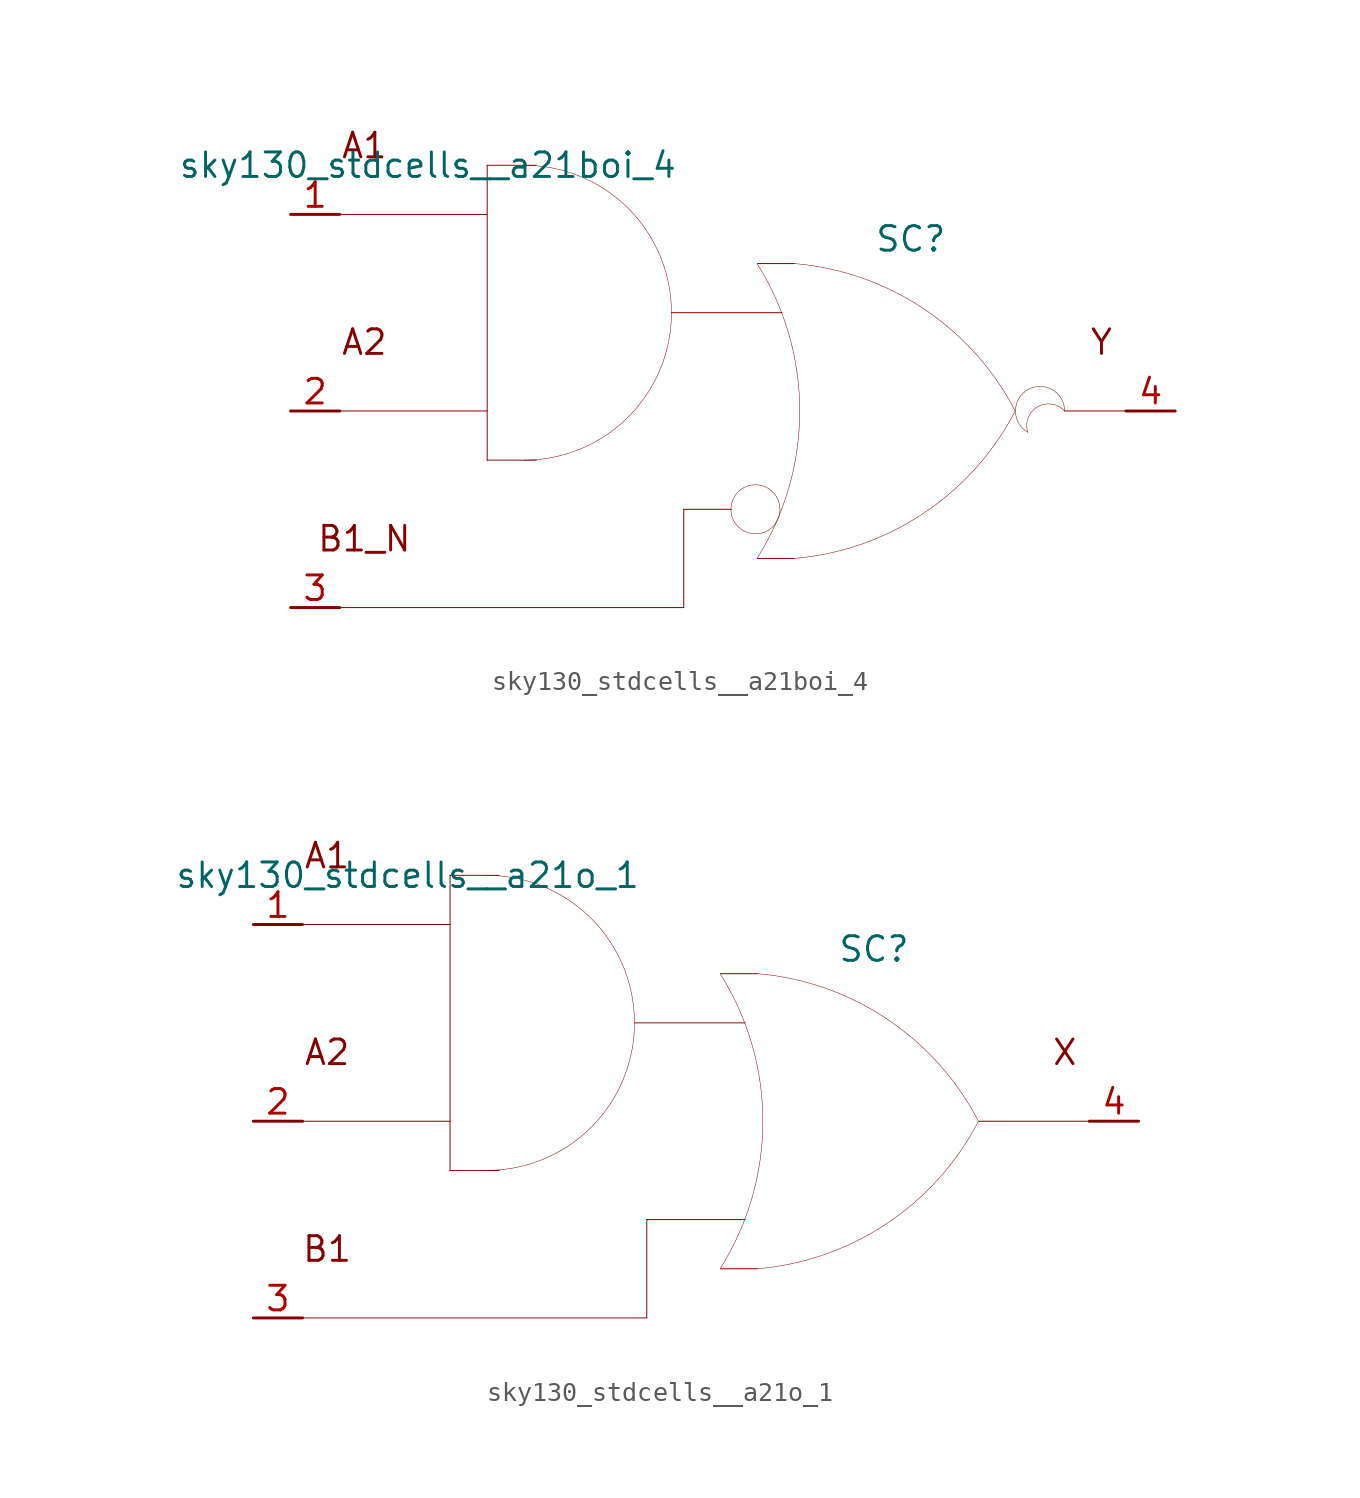
<source format=kicad_sym>
(kicad_symbol_lib
  (version 20211014)
  (generator kicad_symbol_editor)
  (symbol "sky130_stdcells__a21boi_4"
    (pin_names hide)
    (property "Reference" "SC"
      (at 9.195 8.89 0)
      (effects (font (size 1.27 1.27))))
    (property "Value" "sky130_stdcells__a21boi_4"
      (at -2.845 12.7 0)
      (effects (font (size 1.27 1.27)) (justify right)))
    (symbol "sky130_stdcells__a21boi_4_0_0"
      (arc (start -10.795 -2.54) (mid -8.8228 -2.2804) (end -6.985 -1.5191) (stroke (width 0.0254) (type default) (color 0 0 0 0)) (fill (type none)))
      (arc (start -6.985 -1.5191) (mid -5.4069 -0.3081) (end -4.1959 1.27) (stroke (width 0.0254) (type default) (color 0 0 0 0)) (fill (type none)))
      (arc (start -6.985 11.6791) (mid -8.8228 12.4403) (end -10.795 12.7) (stroke (width 0.0254) (type default) (color 0 0 0 0)) (fill (type none)))
      (arc (start -4.1959 1.27) (mid -3.4347 3.1078) (end -3.175 5.08) (stroke (width 0.0254) (type default) (color 0 0 0 0)) (fill (type none)))
      (arc (start -4.1959 8.89) (mid -5.4069 10.4681) (end -6.985 11.6791) (stroke (width 0.0254) (type default) (color 0 0 0 0)) (fill (type none)))
      (arc (start -3.175 5.08) (mid -3.4346 7.0522) (end -4.1959 8.89) (stroke (width 0.0254) (type default) (color 0 0 0 0)) (fill (type none)))
      (polyline (pts (xy -20.32 -10.16) (xy -2.54 -10.16)) (stroke (width 0.051) (type default) (color 0 0 0 0)) (fill (type none)))
      (polyline (pts (xy -20.32 0) (xy -12.7 0)) (stroke (width 0.051) (type default) (color 0 0 0 0)) (fill (type none)))
      (polyline (pts (xy -20.32 10.16) (xy -12.7 10.16)) (stroke (width 0.051) (type default) (color 0 0 0 0)) (fill (type none)))
      (polyline (pts (xy -12.7 -2.54) (xy -10.16 -2.54)) (stroke (width 0.051) (type default) (color 0 0 0 0)) (fill (type none)))
      (polyline (pts (xy -12.7 12.7) (xy -12.7 -2.54)) (stroke (width 0.051) (type default) (color 0 0 0 0)) (fill (type none)))
      (polyline (pts (xy -12.7 12.7) (xy -10.16 12.7)) (stroke (width 0.051) (type default) (color 0 0 0 0)) (fill (type none)))
      (polyline (pts (xy -3.175 5.08) (xy 2.54 5.08)) (stroke (width 0.051) (type default) (color 0 0 0 0)) (fill (type none)))
      (polyline (pts (xy -2.54 -5.08) (xy -2.54 -10.16)) (stroke (width 0.051) (type default) (color 0 0 0 0)) (fill (type none)))
      (polyline (pts (xy -2.54 -5.08) (xy -0.076 -5.08)) (stroke (width 0.051) (type default) (color 0 0 0 0)) (fill (type none)))
      (polyline (pts (xy 1.27 -7.62) (xy 3.175 -7.62)) (stroke (width 0.051) (type default) (color 0 0 0 0)) (fill (type none)))
      (polyline (pts (xy 1.27 7.62) (xy 3.175 7.62)) (stroke (width 0.051) (type default) (color 0 0 0 0)) (fill (type none)))
      (polyline (pts (xy 17.145 0) (xy 20.32 0)) (stroke (width 0.051) (type default) (color 0 0 0 0)) (fill (type none)))
      (arc (start 0.5334 -6.1799) (mid 1.8034 -6.1799) (end 2.4384 -5.08) (stroke (width 0.0254) (type default) (color 0 0 0 0)) (fill (type none)))
      (arc (start 0.5334 -3.9801) (mid -0.1016 -5.08) (end 0.5334 -6.1799) (stroke (width 0.0254) (type default) (color 0 0 0 0)) (fill (type none)))
      (arc (start 1.2495 -7.6142) (mid 1.907 -6.458) (end 2.4538 -5.2456) (stroke (width 0.0254) (type default) (color 0 0 0 0)) (fill (type none)))
      (arc (start 2.4384 -5.08) (mid 1.8034 -3.9802) (end 0.5334 -3.9801) (stroke (width 0.0254) (type default) (color 0 0 0 0)) (fill (type none)))
      (arc (start 2.4538 -5.2456) (mid 2.8887 -3.9755) (end 3.202 -2.6701) (stroke (width 0.0254) (type default) (color 0 0 0 0)) (fill (type none)))
      (arc (start 2.472 5.1993) (mid 1.9238 6.4248) (end 1.2627 7.5932) (stroke (width 0.0254) (type default) (color 0 0 0 0)) (fill (type none)))
      (arc (start 3.1446 -7.6231) (mid 9.8386 -5.2986) (end 14.5755 -0.0284) (stroke (width 0.0254) (type default) (color 0 0 0 0)) (fill (type none)))
      (arc (start 3.202 -2.6701) (mid 3.3912 -1.341) (end 3.4544 0) (stroke (width 0.0254) (type default) (color 0 0 0 0)) (fill (type none)))
      (arc (start 3.2066 2.6456) (mid 2.8989 3.9396) (end 2.472 5.1993) (stroke (width 0.0254) (type default) (color 0 0 0 0)) (fill (type none)))
      (arc (start 3.4544 0) (mid 3.3923 1.3286) (end 3.2066 2.6456) (stroke (width 0.0254) (type default) (color 0 0 0 0)) (fill (type none)))
      (arc (start 14.5983 -0.0156) (mid 9.8798 5.271) (end 3.194 7.6189) (stroke (width 0.0254) (type default) (color 0 0 0 0)) (fill (type none)))
      (arc (start 15.24 1.0999) (mid 14.605 0) (end 15.24 -1.0999) (stroke (width 0.0254) (type default) (color 0 0 0 0)) (fill (type none)))
      (arc (start 17.145 0) (mid 15.2881 0.4743) (end 15.24 -1.0999) (stroke (width 0.0254) (type default) (color 0 0 0 0)) (fill (type none)))
      (arc (start 17.145 0) (mid 16.51 1.0998) (end 15.24 1.0999) (stroke (width 0.0254) (type default) (color 0 0 0 0)) (fill (type none)))
      (text "A1" (at -19.05 13.716 0) (effects (font (size 1.27 1.27))))
      (text "A2" (at -19.05 3.556 0) (effects (font (size 1.27 1.27))))
      (text "B1_N" (at -19.05 -6.604 0) (effects (font (size 1.27 1.27))))
      (text "Y" (at 19.05 3.556 0) (effects (font (size 1.27 1.27)))))
    (symbol "sky130_stdcells__a21boi_4_1_1"
      (pin input line (at -22.86 10.16 0) (length 2.54) (name "A1" (effects (font (size 1.092 1.092)))) (number "1" (effects (font (size 1.27 1.27)))))
      (pin input line (at -22.86 0 0) (length 2.54) (name "A2" (effects (font (size 1.092 1.092)))) (number "2" (effects (font (size 1.27 1.27)))))
      (pin input line (at -22.86 -10.16 0) (length 2.54) (name "B1_N" (effects (font (size 1.092 1.092)))) (number "3" (effects (font (size 1.27 1.27)))))
      (pin output line (at 22.86 0 180) (length 2.54) (name "Y" (effects (font (size 1.092 1.092)))) (number "4" (effects (font (size 1.27 1.27)))))))
  (symbol "sky130_stdcells__a21o_1"
    (pin_names hide)
    (property "Reference" "SC"
      (at 9.195 8.89 0)
      (effects (font (size 1.27 1.27))))
    (property "Value" "sky130_stdcells__a21o_1"
      (at -2.845 12.7 0)
      (effects (font (size 1.27 1.27)) (justify right)))
    (symbol "sky130_stdcells__a21o_1_0_0"
      (arc (start -10.795 -2.54) (mid -8.8228 -2.2804) (end -6.985 -1.5191) (stroke (width 0.0254) (type default) (color 0 0 0 0)) (fill (type none)))
      (arc (start -6.985 -1.5191) (mid -5.4069 -0.3081) (end -4.1959 1.27) (stroke (width 0.0254) (type default) (color 0 0 0 0)) (fill (type none)))
      (arc (start -6.985 11.6791) (mid -8.8228 12.4403) (end -10.795 12.7) (stroke (width 0.0254) (type default) (color 0 0 0 0)) (fill (type none)))
      (arc (start -4.1959 1.27) (mid -3.4347 3.1078) (end -3.175 5.08) (stroke (width 0.0254) (type default) (color 0 0 0 0)) (fill (type none)))
      (arc (start -4.1959 8.89) (mid -5.4069 10.4681) (end -6.985 11.6791) (stroke (width 0.0254) (type default) (color 0 0 0 0)) (fill (type none)))
      (arc (start -3.175 5.08) (mid -3.4346 7.0522) (end -4.1959 8.89) (stroke (width 0.0254) (type default) (color 0 0 0 0)) (fill (type none)))
      (polyline (pts (xy -20.32 -10.16) (xy -2.54 -10.16)) (stroke (width 0.051) (type default) (color 0 0 0 0)) (fill (type none)))
      (polyline (pts (xy -20.32 0) (xy -12.7 0)) (stroke (width 0.051) (type default) (color 0 0 0 0)) (fill (type none)))
      (polyline (pts (xy -20.32 10.16) (xy -12.7 10.16)) (stroke (width 0.051) (type default) (color 0 0 0 0)) (fill (type none)))
      (polyline (pts (xy -12.7 -2.54) (xy -10.16 -2.54)) (stroke (width 0.051) (type default) (color 0 0 0 0)) (fill (type none)))
      (polyline (pts (xy -12.7 12.7) (xy -12.7 -2.54)) (stroke (width 0.051) (type default) (color 0 0 0 0)) (fill (type none)))
      (polyline (pts (xy -12.7 12.7) (xy -10.16 12.7)) (stroke (width 0.051) (type default) (color 0 0 0 0)) (fill (type none)))
      (polyline (pts (xy -3.175 5.08) (xy 2.54 5.08)) (stroke (width 0.051) (type default) (color 0 0 0 0)) (fill (type none)))
      (polyline (pts (xy -2.54 -5.08) (xy -2.54 -10.16)) (stroke (width 0.051) (type default) (color 0 0 0 0)) (fill (type none)))
      (polyline (pts (xy -2.54 -5.08) (xy 2.54 -5.08)) (stroke (width 0.051) (type default) (color 0 0 0 0)) (fill (type none)))
      (polyline (pts (xy 1.27 -7.62) (xy 3.175 -7.62)) (stroke (width 0.051) (type default) (color 0 0 0 0)) (fill (type none)))
      (polyline (pts (xy 1.27 7.62) (xy 3.175 7.62)) (stroke (width 0.051) (type default) (color 0 0 0 0)) (fill (type none)))
      (polyline (pts (xy 14.605 0) (xy 20.32 0)) (stroke (width 0.051) (type default) (color 0 0 0 0)) (fill (type none)))
      (arc (start 1.2495 -7.6142) (mid 1.907 -6.458) (end 2.4538 -5.2456) (stroke (width 0.0254) (type default) (color 0 0 0 0)) (fill (type none)))
      (arc (start 2.4538 -5.2456) (mid 2.8887 -3.9755) (end 3.202 -2.6701) (stroke (width 0.0254) (type default) (color 0 0 0 0)) (fill (type none)))
      (arc (start 2.472 5.1993) (mid 1.9238 6.4248) (end 1.2627 7.5932) (stroke (width 0.0254) (type default) (color 0 0 0 0)) (fill (type none)))
      (arc (start 3.1446 -7.6231) (mid 9.8386 -5.2986) (end 14.5755 -0.0284) (stroke (width 0.0254) (type default) (color 0 0 0 0)) (fill (type none)))
      (arc (start 3.202 -2.6701) (mid 3.3912 -1.341) (end 3.4544 0) (stroke (width 0.0254) (type default) (color 0 0 0 0)) (fill (type none)))
      (arc (start 3.2066 2.6456) (mid 2.8989 3.9396) (end 2.472 5.1993) (stroke (width 0.0254) (type default) (color 0 0 0 0)) (fill (type none)))
      (arc (start 3.4544 0) (mid 3.3923 1.3286) (end 3.2066 2.6456) (stroke (width 0.0254) (type default) (color 0 0 0 0)) (fill (type none)))
      (arc (start 14.5983 -0.0156) (mid 9.8798 5.271) (end 3.194 7.6189) (stroke (width 0.0254) (type default) (color 0 0 0 0)) (fill (type none)))
      (text "A1" (at -19.05 13.716 0) (effects (font (size 1.27 1.27))))
      (text "A2" (at -19.05 3.556 0) (effects (font (size 1.27 1.27))))
      (text "B1" (at -19.05 -6.604 0) (effects (font (size 1.27 1.27))))
      (text "X" (at 19.05 3.556 0) (effects (font (size 1.27 1.27)))))
    (symbol "sky130_stdcells__a21o_1_1_1"
      (pin input line (at -22.86 10.16 0) (length 2.54) (name "A1" (effects (font (size 1.092 1.092)))) (number "1" (effects (font (size 1.27 1.27)))))
      (pin input line (at -22.86 0 0) (length 2.54) (name "A2" (effects (font (size 1.092 1.092)))) (number "2" (effects (font (size 1.27 1.27)))))
      (pin input line (at -22.86 -10.16 0) (length 2.54) (name "B1" (effects (font (size 1.092 1.092)))) (number "3" (effects (font (size 1.27 1.27)))))
      (pin output line (at 22.86 0 180) (length 2.54) (name "X" (effects (font (size 1.092 1.092)))) (number "4" (effects (font (size 1.27 1.27))))))))
</source>
